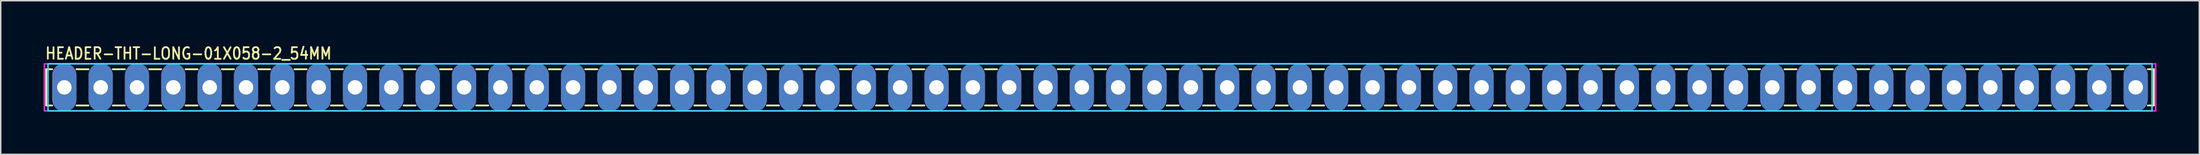
<source format=kicad_pcb>
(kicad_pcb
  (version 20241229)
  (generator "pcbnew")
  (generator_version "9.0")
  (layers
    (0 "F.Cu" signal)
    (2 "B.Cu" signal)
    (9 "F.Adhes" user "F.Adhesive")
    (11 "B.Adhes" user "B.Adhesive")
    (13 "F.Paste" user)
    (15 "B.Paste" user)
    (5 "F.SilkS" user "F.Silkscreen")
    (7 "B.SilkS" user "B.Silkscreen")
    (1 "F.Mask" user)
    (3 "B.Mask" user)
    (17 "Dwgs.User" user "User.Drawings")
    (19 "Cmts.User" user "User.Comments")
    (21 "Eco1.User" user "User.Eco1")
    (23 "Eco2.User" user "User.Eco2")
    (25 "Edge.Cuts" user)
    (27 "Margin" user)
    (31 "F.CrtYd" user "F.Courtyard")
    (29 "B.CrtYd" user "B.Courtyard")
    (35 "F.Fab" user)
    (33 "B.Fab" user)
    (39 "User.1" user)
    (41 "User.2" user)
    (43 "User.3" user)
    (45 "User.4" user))
  (footprint "HEADER-THT-LONG-01X058-2_54MM"
    (layer "F.Cu")
    (at 1.447 3.079)
    (property "Reference" "HEADER-THT-LONG-01X058-2_54MM" (at -1.4 -1.9 0) (unlocked yes) (layer "F.SilkS") (effects (font (size 0.813 0.695) (thickness 0.122)) (justify left bottom)))
    (fp_line (start -1.27 -1.27) (end -1.27 1.27) (stroke (width 0.127) (type solid)) (layer "F.SilkS"))
    (fp_line (start -1.27 1.27) (end -0.85 1.27) (stroke (width 0.127) (type solid)) (layer "F.SilkS"))
    (fp_line (start -0.85 -1.27) (end -1.27 -1.27) (stroke (width 0.127) (type solid)) (layer "F.SilkS"))
    (fp_line (start 0.85 -1.27) (end 1.69 -1.27) (stroke (width 0.127) (type solid)) (layer "F.SilkS"))
    (fp_line (start 0.85 1.27) (end 1.69 1.27) (stroke (width 0.127) (type solid)) (layer "F.SilkS"))
    (fp_line (start 3.39 -1.27) (end 4.23 -1.27) (stroke (width 0.127) (type solid)) (layer "F.SilkS"))
    (fp_line (start 3.39 1.27) (end 4.23 1.27) (stroke (width 0.127) (type solid)) (layer "F.SilkS"))
    (fp_line (start 5.93 -1.27) (end 6.77 -1.27) (stroke (width 0.127) (type solid)) (layer "F.SilkS"))
    (fp_line (start 5.93 1.27) (end 6.77 1.27) (stroke (width 0.127) (type solid)) (layer "F.SilkS"))
    (fp_line (start 8.47 -1.27) (end 9.31 -1.27) (stroke (width 0.127) (type solid)) (layer "F.SilkS"))
    (fp_line (start 8.47 1.27) (end 9.31 1.27) (stroke (width 0.127) (type solid)) (layer "F.SilkS"))
    (fp_line (start 11.01 -1.27) (end 11.85 -1.27) (stroke (width 0.127) (type solid)) (layer "F.SilkS"))
    (fp_line (start 11.01 1.27) (end 11.85 1.27) (stroke (width 0.127) (type solid)) (layer "F.SilkS"))
    (fp_line (start 13.55 -1.27) (end 14.39 -1.27) (stroke (width 0.127) (type solid)) (layer "F.SilkS"))
    (fp_line (start 13.55 1.27) (end 14.39 1.27) (stroke (width 0.127) (type solid)) (layer "F.SilkS"))
    (fp_line (start 16.09 -1.27) (end 16.93 -1.27) (stroke (width 0.127) (type solid)) (layer "F.SilkS"))
    (fp_line (start 16.09 1.27) (end 16.93 1.27) (stroke (width 0.127) (type solid)) (layer "F.SilkS"))
    (fp_line (start 18.63 -1.27) (end 19.47 -1.27) (stroke (width 0.127) (type solid)) (layer "F.SilkS"))
    (fp_line (start 18.63 1.27) (end 19.47 1.27) (stroke (width 0.127) (type solid)) (layer "F.SilkS"))
    (fp_line (start 21.17 -1.27) (end 22.01 -1.27) (stroke (width 0.127) (type solid)) (layer "F.SilkS"))
    (fp_line (start 21.17 1.27) (end 22.01 1.27) (stroke (width 0.127) (type solid)) (layer "F.SilkS"))
    (fp_line (start 23.71 -1.27) (end 24.55 -1.27) (stroke (width 0.127) (type solid)) (layer "F.SilkS"))
    (fp_line (start 23.71 1.27) (end 24.55 1.27) (stroke (width 0.127) (type solid)) (layer "F.SilkS"))
    (fp_line (start 26.25 -1.27) (end 27.09 -1.27) (stroke (width 0.127) (type solid)) (layer "F.SilkS"))
    (fp_line (start 26.25 1.27) (end 27.09 1.27) (stroke (width 0.127) (type solid)) (layer "F.SilkS"))
    (fp_line (start 28.79 -1.27) (end 29.63 -1.27) (stroke (width 0.127) (type solid)) (layer "F.SilkS"))
    (fp_line (start 28.79 1.27) (end 29.63 1.27) (stroke (width 0.127) (type solid)) (layer "F.SilkS"))
    (fp_line (start 31.33 -1.27) (end 32.17 -1.27) (stroke (width 0.127) (type solid)) (layer "F.SilkS"))
    (fp_line (start 31.33 1.27) (end 32.17 1.27) (stroke (width 0.127) (type solid)) (layer "F.SilkS"))
    (fp_line (start 33.87 -1.27) (end 34.71 -1.27) (stroke (width 0.127) (type solid)) (layer "F.SilkS"))
    (fp_line (start 33.87 1.27) (end 34.71 1.27) (stroke (width 0.127) (type solid)) (layer "F.SilkS"))
    (fp_line (start 36.41 -1.27) (end 37.25 -1.27) (stroke (width 0.127) (type solid)) (layer "F.SilkS"))
    (fp_line (start 36.41 1.27) (end 37.25 1.27) (stroke (width 0.127) (type solid)) (layer "F.SilkS"))
    (fp_line (start 38.95 -1.27) (end 39.79 -1.27) (stroke (width 0.127) (type solid)) (layer "F.SilkS"))
    (fp_line (start 38.95 1.27) (end 39.79 1.27) (stroke (width 0.127) (type solid)) (layer "F.SilkS"))
    (fp_line (start 41.49 -1.27) (end 42.33 -1.27) (stroke (width 0.127) (type solid)) (layer "F.SilkS"))
    (fp_line (start 41.49 1.27) (end 42.33 1.27) (stroke (width 0.127) (type solid)) (layer "F.SilkS"))
    (fp_line (start 44.03 -1.27) (end 44.87 -1.27) (stroke (width 0.127) (type solid)) (layer "F.SilkS"))
    (fp_line (start 44.03 1.27) (end 44.87 1.27) (stroke (width 0.127) (type solid)) (layer "F.SilkS"))
    (fp_line (start 46.57 -1.27) (end 47.41 -1.27) (stroke (width 0.127) (type solid)) (layer "F.SilkS"))
    (fp_line (start 46.57 1.27) (end 47.41 1.27) (stroke (width 0.127) (type solid)) (layer "F.SilkS"))
    (fp_line (start 49.11 -1.27) (end 49.95 -1.27) (stroke (width 0.127) (type solid)) (layer "F.SilkS"))
    (fp_line (start 49.11 1.27) (end 49.95 1.27) (stroke (width 0.127) (type solid)) (layer "F.SilkS"))
    (fp_line (start 51.65 -1.27) (end 52.49 -1.27) (stroke (width 0.127) (type solid)) (layer "F.SilkS"))
    (fp_line (start 51.65 1.27) (end 52.49 1.27) (stroke (width 0.127) (type solid)) (layer "F.SilkS"))
    (fp_line (start 54.19 -1.27) (end 55.03 -1.27) (stroke (width 0.127) (type solid)) (layer "F.SilkS"))
    (fp_line (start 54.19 1.27) (end 55.03 1.27) (stroke (width 0.127) (type solid)) (layer "F.SilkS"))
    (fp_line (start 56.73 -1.27) (end 57.57 -1.27) (stroke (width 0.127) (type solid)) (layer "F.SilkS"))
    (fp_line (start 56.73 1.27) (end 57.57 1.27) (stroke (width 0.127) (type solid)) (layer "F.SilkS"))
    (fp_line (start 59.27 -1.27) (end 60.11 -1.27) (stroke (width 0.127) (type solid)) (layer "F.SilkS"))
    (fp_line (start 59.27 1.27) (end 60.11 1.27) (stroke (width 0.127) (type solid)) (layer "F.SilkS"))
    (fp_line (start 61.81 -1.27) (end 62.65 -1.27) (stroke (width 0.127) (type solid)) (layer "F.SilkS"))
    (fp_line (start 61.81 1.27) (end 62.65 1.27) (stroke (width 0.127) (type solid)) (layer "F.SilkS"))
    (fp_line (start 64.35 -1.27) (end 65.19 -1.27) (stroke (width 0.127) (type solid)) (layer "F.SilkS"))
    (fp_line (start 64.35 1.27) (end 65.19 1.27) (stroke (width 0.127) (type solid)) (layer "F.SilkS"))
    (fp_line (start 66.89 -1.27) (end 67.73 -1.27) (stroke (width 0.127) (type solid)) (layer "F.SilkS"))
    (fp_line (start 66.89 1.27) (end 67.73 1.27) (stroke (width 0.127) (type solid)) (layer "F.SilkS"))
    (fp_line (start 69.43 -1.27) (end 70.27 -1.27) (stroke (width 0.127) (type solid)) (layer "F.SilkS"))
    (fp_line (start 69.43 1.27) (end 70.27 1.27) (stroke (width 0.127) (type solid)) (layer "F.SilkS"))
    (fp_line (start 71.97 -1.27) (end 72.81 -1.27) (stroke (width 0.127) (type solid)) (layer "F.SilkS"))
    (fp_line (start 71.97 1.27) (end 72.81 1.27) (stroke (width 0.127) (type solid)) (layer "F.SilkS"))
    (fp_line (start 74.51 -1.27) (end 75.35 -1.27) (stroke (width 0.127) (type solid)) (layer "F.SilkS"))
    (fp_line (start 74.51 1.27) (end 75.35 1.27) (stroke (width 0.127) (type solid)) (layer "F.SilkS"))
    (fp_line (start 77.05 -1.27) (end 77.89 -1.27) (stroke (width 0.127) (type solid)) (layer "F.SilkS"))
    (fp_line (start 77.05 1.27) (end 77.89 1.27) (stroke (width 0.127) (type solid)) (layer "F.SilkS"))
    (fp_line (start 79.59 -1.27) (end 80.43 -1.27) (stroke (width 0.127) (type solid)) (layer "F.SilkS"))
    (fp_line (start 79.59 1.27) (end 80.43 1.27) (stroke (width 0.127) (type solid)) (layer "F.SilkS"))
    (fp_line (start 82.13 -1.27) (end 82.97 -1.27) (stroke (width 0.127) (type solid)) (layer "F.SilkS"))
    (fp_line (start 82.13 1.27) (end 82.97 1.27) (stroke (width 0.127) (type solid)) (layer "F.SilkS"))
    (fp_line (start 84.67 -1.27) (end 85.51 -1.27) (stroke (width 0.127) (type solid)) (layer "F.SilkS"))
    (fp_line (start 84.67 1.27) (end 85.51 1.27) (stroke (width 0.127) (type solid)) (layer "F.SilkS"))
    (fp_line (start 87.21 -1.27) (end 88.05 -1.27) (stroke (width 0.127) (type solid)) (layer "F.SilkS"))
    (fp_line (start 87.21 1.27) (end 88.05 1.27) (stroke (width 0.127) (type solid)) (layer "F.SilkS"))
    (fp_line (start 89.75 -1.27) (end 90.59 -1.27) (stroke (width 0.127) (type solid)) (layer "F.SilkS"))
    (fp_line (start 89.75 1.27) (end 90.59 1.27) (stroke (width 0.127) (type solid)) (layer "F.SilkS"))
    (fp_line (start 92.29 -1.27) (end 93.13 -1.27) (stroke (width 0.127) (type solid)) (layer "F.SilkS"))
    (fp_line (start 92.29 1.27) (end 93.13 1.27) (stroke (width 0.127) (type solid)) (layer "F.SilkS"))
    (fp_line (start 94.83 -1.27) (end 95.67 -1.27) (stroke (width 0.127) (type solid)) (layer "F.SilkS"))
    (fp_line (start 94.83 1.27) (end 95.67 1.27) (stroke (width 0.127) (type solid)) (layer "F.SilkS"))
    (fp_line (start 97.37 -1.27) (end 98.21 -1.27) (stroke (width 0.127) (type solid)) (layer "F.SilkS"))
    (fp_line (start 97.37 1.27) (end 98.21 1.27) (stroke (width 0.127) (type solid)) (layer "F.SilkS"))
    (fp_line (start 99.91 -1.27) (end 100.75 -1.27) (stroke (width 0.127) (type solid)) (layer "F.SilkS"))
    (fp_line (start 99.91 1.27) (end 100.75 1.27) (stroke (width 0.127) (type solid)) (layer "F.SilkS"))
    (fp_line (start 102.45 -1.27) (end 103.29 -1.27) (stroke (width 0.127) (type solid)) (layer "F.SilkS"))
    (fp_line (start 102.45 1.27) (end 103.29 1.27) (stroke (width 0.127) (type solid)) (layer "F.SilkS"))
    (fp_line (start 104.99 -1.27) (end 105.83 -1.27) (stroke (width 0.127) (type solid)) (layer "F.SilkS"))
    (fp_line (start 104.99 1.27) (end 105.83 1.27) (stroke (width 0.127) (type solid)) (layer "F.SilkS"))
    (fp_line (start 107.53 -1.27) (end 108.37 -1.27) (stroke (width 0.127) (type solid)) (layer "F.SilkS"))
    (fp_line (start 107.53 1.27) (end 108.37 1.27) (stroke (width 0.127) (type solid)) (layer "F.SilkS"))
    (fp_line (start 110.07 -1.27) (end 110.91 -1.27) (stroke (width 0.127) (type solid)) (layer "F.SilkS"))
    (fp_line (start 110.07 1.27) (end 110.91 1.27) (stroke (width 0.127) (type solid)) (layer "F.SilkS"))
    (fp_line (start 112.61 -1.27) (end 113.45 -1.27) (stroke (width 0.127) (type solid)) (layer "F.SilkS"))
    (fp_line (start 112.61 1.27) (end 113.45 1.27) (stroke (width 0.127) (type solid)) (layer "F.SilkS"))
    (fp_line (start 115.15 -1.27) (end 115.99 -1.27) (stroke (width 0.127) (type solid)) (layer "F.SilkS"))
    (fp_line (start 115.15 1.27) (end 115.99 1.27) (stroke (width 0.127) (type solid)) (layer "F.SilkS"))
    (fp_line (start 117.69 -1.27) (end 118.53 -1.27) (stroke (width 0.127) (type solid)) (layer "F.SilkS"))
    (fp_line (start 117.69 1.27) (end 118.53 1.27) (stroke (width 0.127) (type solid)) (layer "F.SilkS"))
    (fp_line (start 120.23 -1.27) (end 121.07 -1.27) (stroke (width 0.127) (type solid)) (layer "F.SilkS"))
    (fp_line (start 120.23 1.27) (end 121.07 1.27) (stroke (width 0.127) (type solid)) (layer "F.SilkS"))
    (fp_line (start 122.77 -1.27) (end 123.61 -1.27) (stroke (width 0.127) (type solid)) (layer "F.SilkS"))
    (fp_line (start 122.77 1.27) (end 123.61 1.27) (stroke (width 0.127) (type solid)) (layer "F.SilkS"))
    (fp_line (start 125.31 -1.27) (end 126.15 -1.27) (stroke (width 0.127) (type solid)) (layer "F.SilkS"))
    (fp_line (start 125.31 1.27) (end 126.15 1.27) (stroke (width 0.127) (type solid)) (layer "F.SilkS"))
    (fp_line (start 127.85 -1.27) (end 128.69 -1.27) (stroke (width 0.127) (type solid)) (layer "F.SilkS"))
    (fp_line (start 127.85 1.27) (end 128.69 1.27) (stroke (width 0.127) (type solid)) (layer "F.SilkS"))
    (fp_line (start 130.39 -1.27) (end 131.23 -1.27) (stroke (width 0.127) (type solid)) (layer "F.SilkS"))
    (fp_line (start 130.39 1.27) (end 131.23 1.27) (stroke (width 0.127) (type solid)) (layer "F.SilkS"))
    (fp_line (start 132.93 -1.27) (end 133.77 -1.27) (stroke (width 0.127) (type solid)) (layer "F.SilkS"))
    (fp_line (start 132.93 1.27) (end 133.77 1.27) (stroke (width 0.127) (type solid)) (layer "F.SilkS"))
    (fp_line (start 135.47 -1.27) (end 136.31 -1.27) (stroke (width 0.127) (type solid)) (layer "F.SilkS"))
    (fp_line (start 135.47 1.27) (end 136.31 1.27) (stroke (width 0.127) (type solid)) (layer "F.SilkS"))
    (fp_line (start 138.01 -1.27) (end 138.85 -1.27) (stroke (width 0.127) (type solid)) (layer "F.SilkS"))
    (fp_line (start 138.01 1.27) (end 138.85 1.27) (stroke (width 0.127) (type solid)) (layer "F.SilkS"))
    (fp_line (start 140.55 -1.27) (end 141.39 -1.27) (stroke (width 0.127) (type solid)) (layer "F.SilkS"))
    (fp_line (start 140.55 1.27) (end 141.39 1.27) (stroke (width 0.127) (type solid)) (layer "F.SilkS"))
    (fp_line (start 143.09 -1.27) (end 143.93 -1.27) (stroke (width 0.127) (type solid)) (layer "F.SilkS"))
    (fp_line (start 143.09 1.27) (end 143.93 1.27) (stroke (width 0.127) (type solid)) (layer "F.SilkS"))
    (fp_line (start 145.63 -1.27) (end 146.05 -1.27) (stroke (width 0.127) (type solid)) (layer "F.SilkS"))
    (fp_line (start 146.05 -1.27) (end 146.05 1.27) (stroke (width 0.127) (type solid)) (layer "F.SilkS"))
    (fp_line (start 146.05 1.27) (end 145.63 1.27) (stroke (width 0.127) (type solid)) (layer "F.SilkS"))
    (fp_poly (pts (xy -1.143 -1.651) (xy 145.923 -1.651) (xy 145.923 1.651) (xy -1.143 1.651)) (stroke (width 0.1) (type solid)) (fill no) (layer "B.CrtYd"))
    (fp_poly (pts (xy -1.397 -1.651) (xy 146.177 -1.651) (xy 146.177 1.651) (xy -1.397 1.651)) (stroke (width 0.1) (type solid)) (fill no) (layer "F.CrtYd"))
    (pad "1" thru_hole oval (at 0 0 90) (size 3.387 1.693) (drill 1.016) (layers "*.Cu" "*.Mask"))
    (pad "2" thru_hole oval (at 2.54 0 90) (size 3.387 1.693) (drill 1.016) (layers "*.Cu" "*.Mask"))
    (pad "3" thru_hole oval (at 5.08 0 90) (size 3.387 1.693) (drill 1.016) (layers "*.Cu" "*.Mask"))
    (pad "4" thru_hole oval (at 7.62 0 90) (size 3.387 1.693) (drill 1.016) (layers "*.Cu" "*.Mask"))
    (pad "5" thru_hole oval (at 10.16 0 90) (size 3.387 1.693) (drill 1.016) (layers "*.Cu" "*.Mask"))
    (pad "6" thru_hole oval (at 12.7 0 90) (size 3.387 1.693) (drill 1.016) (layers "*.Cu" "*.Mask"))
    (pad "7" thru_hole oval (at 15.24 0 90) (size 3.387 1.693) (drill 1.016) (layers "*.Cu" "*.Mask"))
    (pad "8" thru_hole oval (at 17.78 0 90) (size 3.387 1.693) (drill 1.016) (layers "*.Cu" "*.Mask"))
    (pad "9" thru_hole oval (at 20.32 0 90) (size 3.387 1.693) (drill 1.016) (layers "*.Cu" "*.Mask"))
    (pad "10" thru_hole oval (at 22.86 0 90) (size 3.387 1.693) (drill 1.016) (layers "*.Cu" "*.Mask"))
    (pad "11" thru_hole oval (at 25.4 0 90) (size 3.387 1.693) (drill 1.016) (layers "*.Cu" "*.Mask"))
    (pad "12" thru_hole oval (at 27.94 0 90) (size 3.387 1.693) (drill 1.016) (layers "*.Cu" "*.Mask"))
    (pad "13" thru_hole oval (at 30.48 0 90) (size 3.387 1.693) (drill 1.016) (layers "*.Cu" "*.Mask"))
    (pad "14" thru_hole oval (at 33.02 0 90) (size 3.387 1.693) (drill 1.016) (layers "*.Cu" "*.Mask"))
    (pad "15" thru_hole oval (at 35.56 0 90) (size 3.387 1.693) (drill 1.016) (layers "*.Cu" "*.Mask"))
    (pad "16" thru_hole oval (at 38.1 0 90) (size 3.387 1.693) (drill 1.016) (layers "*.Cu" "*.Mask"))
    (pad "17" thru_hole oval (at 40.64 0 90) (size 3.387 1.693) (drill 1.016) (layers "*.Cu" "*.Mask"))
    (pad "18" thru_hole oval (at 43.18 0 90) (size 3.387 1.693) (drill 1.016) (layers "*.Cu" "*.Mask"))
    (pad "19" thru_hole oval (at 45.72 0 90) (size 3.387 1.693) (drill 1.016) (layers "*.Cu" "*.Mask"))
    (pad "20" thru_hole oval (at 48.26 0 90) (size 3.387 1.693) (drill 1.016) (layers "*.Cu" "*.Mask"))
    (pad "21" thru_hole oval (at 50.8 0 90) (size 3.387 1.693) (drill 1.016) (layers "*.Cu" "*.Mask"))
    (pad "22" thru_hole oval (at 53.34 0 90) (size 3.387 1.693) (drill 1.016) (layers "*.Cu" "*.Mask"))
    (pad "23" thru_hole oval (at 55.88 0 90) (size 3.387 1.693) (drill 1.016) (layers "*.Cu" "*.Mask"))
    (pad "24" thru_hole oval (at 58.42 0 90) (size 3.387 1.693) (drill 1.016) (layers "*.Cu" "*.Mask"))
    (pad "25" thru_hole oval (at 60.96 0 90) (size 3.387 1.693) (drill 1.016) (layers "*.Cu" "*.Mask"))
    (pad "26" thru_hole oval (at 63.5 0 90) (size 3.387 1.693) (drill 1.016) (layers "*.Cu" "*.Mask"))
    (pad "27" thru_hole oval (at 66.04 0 90) (size 3.387 1.693) (drill 1.016) (layers "*.Cu" "*.Mask"))
    (pad "28" thru_hole oval (at 68.58 0 90) (size 3.387 1.693) (drill 1.016) (layers "*.Cu" "*.Mask"))
    (pad "29" thru_hole oval (at 71.12 0 90) (size 3.387 1.693) (drill 1.016) (layers "*.Cu" "*.Mask"))
    (pad "30" thru_hole oval (at 73.66 0 90) (size 3.387 1.693) (drill 1.016) (layers "*.Cu" "*.Mask"))
    (pad "31" thru_hole oval (at 76.2 0 90) (size 3.387 1.693) (drill 1.016) (layers "*.Cu" "*.Mask"))
    (pad "32" thru_hole oval (at 78.74 0 90) (size 3.387 1.693) (drill 1.016) (layers "*.Cu" "*.Mask"))
    (pad "33" thru_hole oval (at 81.28 0 90) (size 3.387 1.693) (drill 1.016) (layers "*.Cu" "*.Mask"))
    (pad "34" thru_hole oval (at 83.82 0 90) (size 3.387 1.693) (drill 1.016) (layers "*.Cu" "*.Mask"))
    (pad "35" thru_hole oval (at 86.36 0 90) (size 3.387 1.693) (drill 1.016) (layers "*.Cu" "*.Mask"))
    (pad "36" thru_hole oval (at 88.9 0 90) (size 3.387 1.693) (drill 1.016) (layers "*.Cu" "*.Mask"))
    (pad "37" thru_hole oval (at 91.44 0 90) (size 3.387 1.693) (drill 1.016) (layers "*.Cu" "*.Mask"))
    (pad "38" thru_hole oval (at 93.98 0 90) (size 3.387 1.693) (drill 1.016) (layers "*.Cu" "*.Mask"))
    (pad "39" thru_hole oval (at 96.52 0 90) (size 3.387 1.693) (drill 1.016) (layers "*.Cu" "*.Mask"))
    (pad "40" thru_hole oval (at 99.06 0 90) (size 3.387 1.693) (drill 1.016) (layers "*.Cu" "*.Mask"))
    (pad "41" thru_hole oval (at 101.6 0 90) (size 3.387 1.693) (drill 1.016) (layers "*.Cu" "*.Mask"))
    (pad "42" thru_hole oval (at 104.14 0 90) (size 3.387 1.693) (drill 1.016) (layers "*.Cu" "*.Mask"))
    (pad "43" thru_hole oval (at 106.68 0 90) (size 3.387 1.693) (drill 1.016) (layers "*.Cu" "*.Mask"))
    (pad "44" thru_hole oval (at 109.22 0 90) (size 3.387 1.693) (drill 1.016) (layers "*.Cu" "*.Mask"))
    (pad "45" thru_hole oval (at 111.76 0 90) (size 3.387 1.693) (drill 1.016) (layers "*.Cu" "*.Mask"))
    (pad "46" thru_hole oval (at 114.3 0 90) (size 3.387 1.693) (drill 1.016) (layers "*.Cu" "*.Mask"))
    (pad "47" thru_hole oval (at 116.84 0 90) (size 3.387 1.693) (drill 1.016) (layers "*.Cu" "*.Mask"))
    (pad "48" thru_hole oval (at 119.38 0 90) (size 3.387 1.693) (drill 1.016) (layers "*.Cu" "*.Mask"))
    (pad "49" thru_hole oval (at 121.92 0 90) (size 3.387 1.693) (drill 1.016) (layers "*.Cu" "*.Mask"))
    (pad "50" thru_hole oval (at 124.46 0 90) (size 3.387 1.693) (drill 1.016) (layers "*.Cu" "*.Mask"))
    (pad "51" thru_hole oval (at 127 0 90) (size 3.387 1.693) (drill 1.016) (layers "*.Cu" "*.Mask"))
    (pad "52" thru_hole oval (at 129.54 0 90) (size 3.387 1.693) (drill 1.016) (layers "*.Cu" "*.Mask"))
    (pad "53" thru_hole oval (at 132.08 0 90) (size 3.387 1.693) (drill 1.016) (layers "*.Cu" "*.Mask"))
    (pad "54" thru_hole oval (at 134.62 0 90) (size 3.387 1.693) (drill 1.016) (layers "*.Cu" "*.Mask"))
    (pad "55" thru_hole oval (at 137.16 0 90) (size 3.387 1.693) (drill 1.016) (layers "*.Cu" "*.Mask"))
    (pad "56" thru_hole oval (at 139.7 0 90) (size 3.387 1.693) (drill 1.016) (layers "*.Cu" "*.Mask"))
    (pad "57" thru_hole oval (at 142.24 0 90) (size 3.387 1.693) (drill 1.016) (layers "*.Cu" "*.Mask"))
    (pad "58" thru_hole oval (at 144.78 0 90) (size 3.387 1.693) (drill 1.016) (layers "*.Cu" "*.Mask")))
  (gr_rect
    (start -3 -3)
    (end 150.674 7.78)
    (stroke (width 0.1) (type default))
    (fill no)
    (layer "Edge.Cuts")))
</source>
